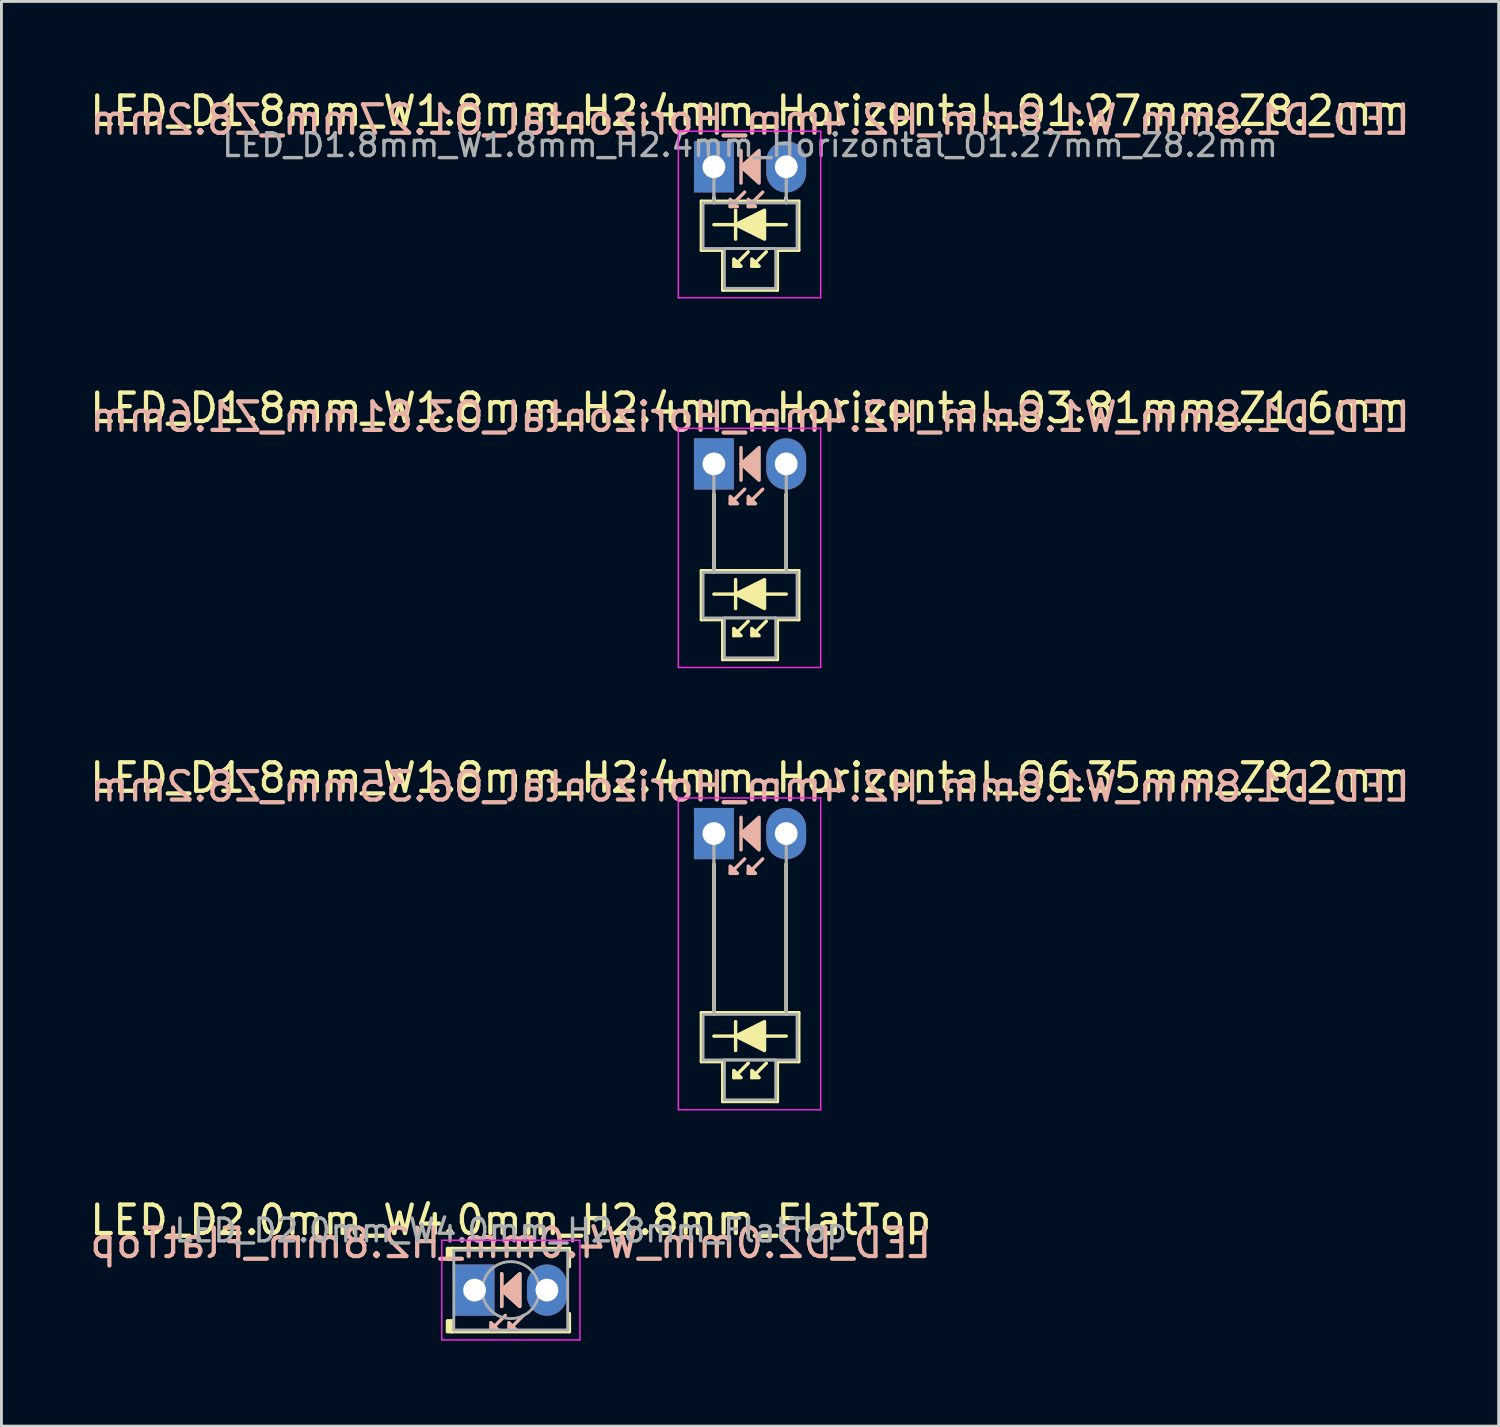
<source format=kicad_pcb>
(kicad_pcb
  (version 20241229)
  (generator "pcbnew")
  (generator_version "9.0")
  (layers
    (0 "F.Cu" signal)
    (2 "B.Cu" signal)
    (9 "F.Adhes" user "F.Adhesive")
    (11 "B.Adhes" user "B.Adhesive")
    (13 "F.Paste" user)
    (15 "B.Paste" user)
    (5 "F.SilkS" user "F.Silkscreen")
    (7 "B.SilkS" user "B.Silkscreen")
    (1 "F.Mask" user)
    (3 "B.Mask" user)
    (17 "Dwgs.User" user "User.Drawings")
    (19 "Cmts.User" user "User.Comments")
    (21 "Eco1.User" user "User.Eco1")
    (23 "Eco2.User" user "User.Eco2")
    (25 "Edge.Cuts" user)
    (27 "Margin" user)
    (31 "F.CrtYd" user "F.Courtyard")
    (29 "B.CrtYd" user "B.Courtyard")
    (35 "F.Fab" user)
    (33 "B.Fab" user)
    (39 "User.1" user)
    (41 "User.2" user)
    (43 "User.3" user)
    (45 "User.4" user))
  (footprint "LED_D2.0mm_W4.0mm_H2.8mm_FlatTop"
    (layer "F.Cu")
    (at 13.617 42.258)
    (property "Reference" "LED_D2.0mm_W4.0mm_H2.8mm_FlatTop" (at 1.27 -2.46 0) (layer "F.SilkS") (effects (font (size 1 1) (thickness 0.15))))
    (fp_line (start -0.79 -1.46) (end -0.79 -1.08) (stroke (width 0.12) (type solid)) (layer "F.SilkS"))
    (fp_line (start -0.79 -1.46) (end 3.33 -1.46) (stroke (width 0.12) (type solid)) (layer "F.SilkS"))
    (fp_line (start -0.79 1.08) (end -0.79 1.46) (stroke (width 0.12) (type solid)) (layer "F.SilkS"))
    (fp_line (start -0.79 1.46) (end 3.33 1.46) (stroke (width 0.12) (type solid)) (layer "F.SilkS"))
    (fp_line (start 0.953 -0.572) (end 0.953 0.572) (stroke (width 0.12) (type solid)) (layer "F.SilkS"))
    (fp_line (start 3.33 -1.46) (end 3.33 -0.825) (stroke (width 0.12) (type solid)) (layer "F.SilkS"))
    (fp_line (start 3.33 0.825) (end 3.33 1.46) (stroke (width 0.12) (type solid)) (layer "F.SilkS"))
    (fp_rect (start -0.953 -1.46) (end -0.79 -1.079) (stroke (width 0.12) (type solid)) (fill yes) (layer "F.SilkS"))
    (fp_rect (start -0.953 1.079) (end -0.79 1.46) (stroke (width 0.12) (type solid)) (fill yes) (layer "F.SilkS"))
    (fp_poly (pts (xy 1.587 0.572) (xy 0.953 0) (xy 1.587 -0.572)) (stroke (width 0.12) (type solid)) (fill yes) (layer "F.SilkS"))
    (fp_line (start 0.953 -0.572) (end 0.953 0.572) (stroke (width 0.12) (type solid)) (layer "B.SilkS"))
    (fp_line (start 1.079 0.889) (end 0.572 1.397) (stroke (width 0.12) (type solid)) (layer "B.SilkS"))
    (fp_line (start 1.714 0.889) (end 1.206 1.397) (stroke (width 0.12) (type solid)) (layer "B.SilkS"))
    (fp_poly (pts (xy 0.572 1.143) (xy 0.826 1.397) (xy 0.572 1.397)) (stroke (width 0.12) (type solid)) (fill yes) (layer "B.SilkS"))
    (fp_poly (pts (xy 1.206 1.143) (xy 1.46 1.397) (xy 1.206 1.397)) (stroke (width 0.12) (type solid)) (fill yes) (layer "B.SilkS"))
    (fp_poly (pts (xy 1.587 0.572) (xy 0.953 0) (xy 1.587 -0.572)) (stroke (width 0.12) (type solid)) (fill yes) (layer "B.SilkS"))
    (fp_line (start -1.15 -1.75) (end -1.15 1.75) (stroke (width 0.05) (type solid)) (layer "F.CrtYd"))
    (fp_line (start -1.15 1.75) (end 3.7 1.75) (stroke (width 0.05) (type solid)) (layer "F.CrtYd"))
    (fp_line (start 3.7 -1.75) (end -1.15 -1.75) (stroke (width 0.05) (type solid)) (layer "F.CrtYd"))
    (fp_line (start 3.7 1.75) (end 3.7 -1.75) (stroke (width 0.05) (type solid)) (layer "F.CrtYd"))
    (fp_line (start -0.73 -1.4) (end -0.73 1.4) (stroke (width 0.1) (type solid)) (layer "F.Fab"))
    (fp_line (start -0.73 1.4) (end 3.27 1.4) (stroke (width 0.1) (type solid)) (layer "F.Fab"))
    (fp_line (start 3.27 -1.4) (end -0.73 -1.4) (stroke (width 0.1) (type solid)) (layer "F.Fab"))
    (fp_line (start 3.27 1.4) (end 3.27 -1.4) (stroke (width 0.1) (type solid)) (layer "F.Fab"))
    (fp_circle (center 1.27 0) (end 2.27 0) (stroke (width 0.1) (type solid)) (fill no) (layer "F.Fab"))
    (fp_text user "${REFERENCE}" (at 1.27 -1.651 0) (layer "B.SilkS") (effects (font (size 1 1) (thickness 0.15)) (justify mirror)))
    (fp_text user "${REFERENCE}" (at 1.27 -2.095 0) (layer "F.Fab") (effects (font (size 0.8 0.8) (thickness 0.12))))
    (pad "1" thru_hole rect (at 0 0) (size 1.4 1.8) (drill 0.8) (layers "*.Cu" "*.Mask"))
    (pad "2" thru_hole oval (at 2.54 0) (size 1.4 1.8) (drill 0.8) (layers "*.Cu" "*.Mask")))
  (footprint "LED_D1.8mm_W1.8mm_H2.4mm_Horizontal_O3.81mm_Z1.6mm"
    (layer "F.Cu")
    (at 22.022 13.242)
    (property "Reference" "LED_D1.8mm_W1.8mm_H2.4mm_Horizontal_O3.81mm_Z1.6mm" (at 1.27 -1.96 0) (layer "F.SilkS") (effects (font (size 1 1) (thickness 0.15))))
    (fp_line (start -0.44 3.75) (end -0.44 5.47) (stroke (width 0.12) (type solid)) (layer "F.SilkS"))
    (fp_line (start 0 1.08) (end 0 1.08) (stroke (width 0.12) (type solid)) (layer "F.SilkS"))
    (fp_line (start 0 1.08) (end 0 3.75) (stroke (width 0.12) (type solid)) (layer "F.SilkS"))
    (fp_line (start 0 3.75) (end 0 1.08) (stroke (width 0.12) (type solid)) (layer "F.SilkS"))
    (fp_line (start 0 3.75) (end 0 3.75) (stroke (width 0.12) (type solid)) (layer "F.SilkS"))
    (fp_line (start 0.31 5.47) (end -0.44 5.47) (stroke (width 0.12) (type solid)) (layer "F.SilkS"))
    (fp_line (start 0.31 5.47) (end 0.31 6.87) (stroke (width 0.12) (type solid)) (layer "F.SilkS"))
    (fp_line (start 0.31 6.87) (end 2.23 6.87) (stroke (width 0.12) (type solid)) (layer "F.SilkS"))
    (fp_line (start 0.762 4.064) (end 0.762 5.08) (stroke (width 0.12) (type solid)) (layer "F.SilkS"))
    (fp_line (start 1.206 5.524) (end 0.699 6.032) (stroke (width 0.12) (type solid)) (layer "F.SilkS"))
    (fp_line (start 1.841 5.524) (end 1.333 6.032) (stroke (width 0.12) (type solid)) (layer "F.SilkS"))
    (fp_line (start 2.23 6.87) (end 2.23 5.47) (stroke (width 0.12) (type solid)) (layer "F.SilkS"))
    (fp_line (start 2.54 1.08) (end 2.54 1.08) (stroke (width 0.12) (type solid)) (layer "F.SilkS"))
    (fp_line (start 2.54 1.08) (end 2.54 3.75) (stroke (width 0.12) (type solid)) (layer "F.SilkS"))
    (fp_line (start 2.54 3.75) (end 2.54 1.08) (stroke (width 0.12) (type solid)) (layer "F.SilkS"))
    (fp_line (start 2.54 3.75) (end 2.54 3.75) (stroke (width 0.12) (type solid)) (layer "F.SilkS"))
    (fp_line (start 2.54 4.572) (end 0 4.572) (stroke (width 0.12) (type solid)) (layer "F.SilkS"))
    (fp_line (start 2.98 3.75) (end -0.44 3.75) (stroke (width 0.12) (type solid)) (layer "F.SilkS"))
    (fp_line (start 2.98 5.47) (end 2.23 5.47) (stroke (width 0.12) (type solid)) (layer "F.SilkS"))
    (fp_line (start 2.98 5.47) (end 2.98 3.75) (stroke (width 0.12) (type solid)) (layer "F.SilkS"))
    (fp_poly (pts (xy 0.699 5.779) (xy 0.953 6.032) (xy 0.699 6.032)) (stroke (width 0.12) (type solid)) (fill yes) (layer "F.SilkS"))
    (fp_poly (pts (xy 1.333 5.779) (xy 1.587 6.032) (xy 1.333 6.032)) (stroke (width 0.12) (type solid)) (fill yes) (layer "F.SilkS"))
    (fp_poly (pts (xy 1.778 5.08) (xy 0.762 4.572) (xy 1.778 4.064)) (stroke (width 0.12) (type solid)) (fill yes) (layer "F.SilkS"))
    (fp_line (start 0.953 -0.572) (end 0.953 0.572) (stroke (width 0.12) (type solid)) (layer "B.SilkS"))
    (fp_line (start 1.079 0.889) (end 0.572 1.397) (stroke (width 0.12) (type solid)) (layer "B.SilkS"))
    (fp_line (start 1.714 0.889) (end 1.206 1.397) (stroke (width 0.12) (type solid)) (layer "B.SilkS"))
    (fp_poly (pts (xy 0.572 1.143) (xy 0.826 1.397) (xy 0.572 1.397)) (stroke (width 0.12) (type solid)) (fill yes) (layer "B.SilkS"))
    (fp_poly (pts (xy 1.206 1.143) (xy 1.46 1.397) (xy 1.206 1.397)) (stroke (width 0.12) (type solid)) (fill yes) (layer "B.SilkS"))
    (fp_poly (pts (xy 1.587 0.572) (xy 0.953 0) (xy 1.587 -0.572)) (stroke (width 0.12) (type solid)) (fill yes) (layer "B.SilkS"))
    (fp_line (start -1.25 -1.25) (end -1.25 7.15) (stroke (width 0.05) (type solid)) (layer "F.CrtYd"))
    (fp_line (start -1.25 7.15) (end 3.75 7.15) (stroke (width 0.05) (type solid)) (layer "F.CrtYd"))
    (fp_line (start 3.75 -1.25) (end -1.25 -1.25) (stroke (width 0.05) (type solid)) (layer "F.CrtYd"))
    (fp_line (start 3.75 7.15) (end 3.75 -1.25) (stroke (width 0.05) (type solid)) (layer "F.CrtYd"))
    (fp_line (start -0.38 3.81) (end -0.38 5.41) (stroke (width 0.1) (type solid)) (layer "F.Fab"))
    (fp_line (start -0.38 5.41) (end 2.92 5.41) (stroke (width 0.1) (type solid)) (layer "F.Fab"))
    (fp_line (start 0 0) (end 0 0) (stroke (width 0.1) (type solid)) (layer "F.Fab"))
    (fp_line (start 0 0) (end 0 3.81) (stroke (width 0.1) (type solid)) (layer "F.Fab"))
    (fp_line (start 0 3.81) (end 0 0) (stroke (width 0.1) (type solid)) (layer "F.Fab"))
    (fp_line (start 0 3.81) (end 0 3.81) (stroke (width 0.1) (type solid)) (layer "F.Fab"))
    (fp_line (start 0.37 5.41) (end 0.37 6.81) (stroke (width 0.1) (type solid)) (layer "F.Fab"))
    (fp_line (start 0.37 6.81) (end 2.17 6.81) (stroke (width 0.1) (type solid)) (layer "F.Fab"))
    (fp_line (start 2.17 5.41) (end 0.37 5.41) (stroke (width 0.1) (type solid)) (layer "F.Fab"))
    (fp_line (start 2.17 6.81) (end 2.17 5.41) (stroke (width 0.1) (type solid)) (layer "F.Fab"))
    (fp_line (start 2.54 0) (end 2.54 0) (stroke (width 0.1) (type solid)) (layer "F.Fab"))
    (fp_line (start 2.54 0) (end 2.54 3.81) (stroke (width 0.1) (type solid)) (layer "F.Fab"))
    (fp_line (start 2.54 3.81) (end 2.54 0) (stroke (width 0.1) (type solid)) (layer "F.Fab"))
    (fp_line (start 2.54 3.81) (end 2.54 3.81) (stroke (width 0.1) (type solid)) (layer "F.Fab"))
    (fp_line (start 2.92 3.81) (end -0.38 3.81) (stroke (width 0.1) (type solid)) (layer "F.Fab"))
    (fp_line (start 2.92 5.41) (end 2.92 3.81) (stroke (width 0.1) (type solid)) (layer "F.Fab"))
    (fp_text user "${REFERENCE}" (at 1.27 -1.651 0) (layer "B.SilkS") (effects (font (size 1 1) (thickness 0.15)) (justify mirror)))
    (pad "1" thru_hole rect (at 0 0) (size 1.4 1.8) (drill 0.8) (layers "*.Cu" "*.Mask"))
    (pad "2" thru_hole oval (at 2.54 0) (size 1.4 1.8) (drill 0.8) (layers "*.Cu" "*.Mask")))
  (footprint "LED_D1.8mm_W1.8mm_H2.4mm_Horizontal_O1.27mm_Z8.2mm"
    (layer "F.Cu")
    (at 22.022 2.808)
    (property "Reference" "LED_D1.8mm_W1.8mm_H2.4mm_Horizontal_O1.27mm_Z8.2mm" (at 1.27 -1.96 0) (layer "F.SilkS") (effects (font (size 1 1) (thickness 0.15))))
    (fp_line (start -0.44 1.21) (end -0.44 2.93) (stroke (width 0.12) (type solid)) (layer "F.SilkS"))
    (fp_line (start 0 1.08) (end 0 1.08) (stroke (width 0.12) (type solid)) (layer "F.SilkS"))
    (fp_line (start 0 1.08) (end 0 1.21) (stroke (width 0.12) (type solid)) (layer "F.SilkS"))
    (fp_line (start 0 1.21) (end 0 1.08) (stroke (width 0.12) (type solid)) (layer "F.SilkS"))
    (fp_line (start 0 1.21) (end 0 1.21) (stroke (width 0.12) (type solid)) (layer "F.SilkS"))
    (fp_line (start 0.31 2.93) (end -0.44 2.93) (stroke (width 0.12) (type solid)) (layer "F.SilkS"))
    (fp_line (start 0.31 2.93) (end 0.31 4.33) (stroke (width 0.12) (type solid)) (layer "F.SilkS"))
    (fp_line (start 0.31 4.33) (end 2.23 4.33) (stroke (width 0.12) (type solid)) (layer "F.SilkS"))
    (fp_line (start 0.762 1.524) (end 0.762 2.54) (stroke (width 0.12) (type solid)) (layer "F.SilkS"))
    (fp_line (start 1.206 2.985) (end 0.699 3.493) (stroke (width 0.12) (type solid)) (layer "F.SilkS"))
    (fp_line (start 1.841 2.985) (end 1.333 3.493) (stroke (width 0.12) (type solid)) (layer "F.SilkS"))
    (fp_line (start 2.23 4.33) (end 2.23 2.93) (stroke (width 0.12) (type solid)) (layer "F.SilkS"))
    (fp_line (start 2.54 1.08) (end 2.54 1.08) (stroke (width 0.12) (type solid)) (layer "F.SilkS"))
    (fp_line (start 2.54 1.08) (end 2.54 1.21) (stroke (width 0.12) (type solid)) (layer "F.SilkS"))
    (fp_line (start 2.54 1.21) (end 2.54 1.08) (stroke (width 0.12) (type solid)) (layer "F.SilkS"))
    (fp_line (start 2.54 1.21) (end 2.54 1.21) (stroke (width 0.12) (type solid)) (layer "F.SilkS"))
    (fp_line (start 2.54 2.032) (end 0 2.032) (stroke (width 0.12) (type solid)) (layer "F.SilkS"))
    (fp_line (start 2.98 1.21) (end -0.44 1.21) (stroke (width 0.12) (type solid)) (layer "F.SilkS"))
    (fp_line (start 2.98 2.93) (end 2.23 2.93) (stroke (width 0.12) (type solid)) (layer "F.SilkS"))
    (fp_line (start 2.98 2.93) (end 2.98 1.21) (stroke (width 0.12) (type solid)) (layer "F.SilkS"))
    (fp_poly (pts (xy 0.699 3.239) (xy 0.953 3.493) (xy 0.699 3.493)) (stroke (width 0.12) (type solid)) (fill yes) (layer "F.SilkS"))
    (fp_poly (pts (xy 1.333 3.239) (xy 1.587 3.493) (xy 1.333 3.493)) (stroke (width 0.12) (type solid)) (fill yes) (layer "F.SilkS"))
    (fp_poly (pts (xy 1.778 2.54) (xy 0.762 2.032) (xy 1.778 1.524)) (stroke (width 0.12) (type solid)) (fill yes) (layer "F.SilkS"))
    (fp_line (start 0.953 -0.572) (end 0.953 0.572) (stroke (width 0.12) (type solid)) (layer "B.SilkS"))
    (fp_line (start 1.079 0.889) (end 0.572 1.397) (stroke (width 0.12) (type solid)) (layer "B.SilkS"))
    (fp_line (start 1.714 0.889) (end 1.206 1.397) (stroke (width 0.12) (type solid)) (layer "B.SilkS"))
    (fp_poly (pts (xy 0.572 1.143) (xy 0.826 1.397) (xy 0.572 1.397)) (stroke (width 0.12) (type solid)) (fill yes) (layer "B.SilkS"))
    (fp_poly (pts (xy 1.206 1.143) (xy 1.46 1.397) (xy 1.206 1.397)) (stroke (width 0.12) (type solid)) (fill yes) (layer "B.SilkS"))
    (fp_poly (pts (xy 1.587 0.572) (xy 0.953 0) (xy 1.587 -0.572)) (stroke (width 0.12) (type solid)) (fill yes) (layer "B.SilkS"))
    (fp_line (start -1.25 -1.25) (end -1.25 4.6) (stroke (width 0.05) (type solid)) (layer "F.CrtYd"))
    (fp_line (start -1.25 4.6) (end 3.75 4.6) (stroke (width 0.05) (type solid)) (layer "F.CrtYd"))
    (fp_line (start 3.75 -1.25) (end -1.25 -1.25) (stroke (width 0.05) (type solid)) (layer "F.CrtYd"))
    (fp_line (start 3.75 4.6) (end 3.75 -1.25) (stroke (width 0.05) (type solid)) (layer "F.CrtYd"))
    (fp_line (start -0.38 1.27) (end -0.38 2.87) (stroke (width 0.1) (type solid)) (layer "F.Fab"))
    (fp_line (start -0.38 2.87) (end 2.92 2.87) (stroke (width 0.1) (type solid)) (layer "F.Fab"))
    (fp_line (start 0 0) (end 0 0) (stroke (width 0.1) (type solid)) (layer "F.Fab"))
    (fp_line (start 0 0) (end 0 1.27) (stroke (width 0.1) (type solid)) (layer "F.Fab"))
    (fp_line (start 0 1.27) (end 0 0) (stroke (width 0.1) (type solid)) (layer "F.Fab"))
    (fp_line (start 0 1.27) (end 0 1.27) (stroke (width 0.1) (type solid)) (layer "F.Fab"))
    (fp_line (start 0.37 2.87) (end 0.37 4.27) (stroke (width 0.1) (type solid)) (layer "F.Fab"))
    (fp_line (start 0.37 4.27) (end 2.17 4.27) (stroke (width 0.1) (type solid)) (layer "F.Fab"))
    (fp_line (start 2.17 2.87) (end 0.37 2.87) (stroke (width 0.1) (type solid)) (layer "F.Fab"))
    (fp_line (start 2.17 4.27) (end 2.17 2.87) (stroke (width 0.1) (type solid)) (layer "F.Fab"))
    (fp_line (start 2.54 0) (end 2.54 0) (stroke (width 0.1) (type solid)) (layer "F.Fab"))
    (fp_line (start 2.54 0) (end 2.54 1.27) (stroke (width 0.1) (type solid)) (layer "F.Fab"))
    (fp_line (start 2.54 1.27) (end 2.54 0) (stroke (width 0.1) (type solid)) (layer "F.Fab"))
    (fp_line (start 2.54 1.27) (end 2.54 1.27) (stroke (width 0.1) (type solid)) (layer "F.Fab"))
    (fp_line (start 2.92 1.27) (end -0.38 1.27) (stroke (width 0.1) (type solid)) (layer "F.Fab"))
    (fp_line (start 2.92 2.87) (end 2.92 1.27) (stroke (width 0.1) (type solid)) (layer "F.Fab"))
    (fp_text user "${REFERENCE}" (at 1.27 -1.651 0) (layer "B.SilkS") (effects (font (size 1 1) (thickness 0.15)) (justify mirror)))
    (fp_text user "${REFERENCE}" (at 1.27 -0.762 0) (layer "F.Fab") (effects (font (size 0.8 0.8) (thickness 0.12))))
    (pad "1" thru_hole rect (at 0 0) (size 1.4 1.8) (drill 0.8) (layers "*.Cu" "*.Mask"))
    (pad "2" thru_hole oval (at 2.54 0) (size 1.4 1.8) (drill 0.8) (layers "*.Cu" "*.Mask")))
  (footprint "LED_D1.8mm_W1.8mm_H2.4mm_Horizontal_O6.35mm_Z8.2mm"
    (layer "F.Cu")
    (at 22.022 26.225)
    (property "Reference" "LED_D1.8mm_W1.8mm_H2.4mm_Horizontal_O6.35mm_Z8.2mm" (at 1.27 -1.96 0) (layer "F.SilkS") (effects (font (size 1 1) (thickness 0.15))))
    (fp_line (start -0.44 6.29) (end -0.44 8.01) (stroke (width 0.12) (type solid)) (layer "F.SilkS"))
    (fp_line (start 0 1.08) (end 0 1.08) (stroke (width 0.12) (type solid)) (layer "F.SilkS"))
    (fp_line (start 0 1.08) (end 0 6.29) (stroke (width 0.12) (type solid)) (layer "F.SilkS"))
    (fp_line (start 0 6.29) (end 0 1.08) (stroke (width 0.12) (type solid)) (layer "F.SilkS"))
    (fp_line (start 0 6.29) (end 0 6.29) (stroke (width 0.12) (type solid)) (layer "F.SilkS"))
    (fp_line (start 0.31 8.01) (end -0.44 8.01) (stroke (width 0.12) (type solid)) (layer "F.SilkS"))
    (fp_line (start 0.31 8.01) (end 0.31 9.41) (stroke (width 0.12) (type solid)) (layer "F.SilkS"))
    (fp_line (start 0.31 9.41) (end 2.23 9.41) (stroke (width 0.12) (type solid)) (layer "F.SilkS"))
    (fp_line (start 0.762 6.604) (end 0.762 7.62) (stroke (width 0.12) (type solid)) (layer "F.SilkS"))
    (fp_line (start 1.206 8.065) (end 0.699 8.572) (stroke (width 0.12) (type solid)) (layer "F.SilkS"))
    (fp_line (start 1.841 8.065) (end 1.333 8.572) (stroke (width 0.12) (type solid)) (layer "F.SilkS"))
    (fp_line (start 2.23 9.41) (end 2.23 8.01) (stroke (width 0.12) (type solid)) (layer "F.SilkS"))
    (fp_line (start 2.54 1.08) (end 2.54 1.08) (stroke (width 0.12) (type solid)) (layer "F.SilkS"))
    (fp_line (start 2.54 1.08) (end 2.54 6.29) (stroke (width 0.12) (type solid)) (layer "F.SilkS"))
    (fp_line (start 2.54 6.29) (end 2.54 1.08) (stroke (width 0.12) (type solid)) (layer "F.SilkS"))
    (fp_line (start 2.54 6.29) (end 2.54 6.29) (stroke (width 0.12) (type solid)) (layer "F.SilkS"))
    (fp_line (start 2.54 7.112) (end 0 7.112) (stroke (width 0.12) (type solid)) (layer "F.SilkS"))
    (fp_line (start 2.98 6.29) (end -0.44 6.29) (stroke (width 0.12) (type solid)) (layer "F.SilkS"))
    (fp_line (start 2.98 8.01) (end 2.23 8.01) (stroke (width 0.12) (type solid)) (layer "F.SilkS"))
    (fp_line (start 2.98 8.01) (end 2.98 6.29) (stroke (width 0.12) (type solid)) (layer "F.SilkS"))
    (fp_poly (pts (xy 0.699 8.319) (xy 0.953 8.572) (xy 0.699 8.572)) (stroke (width 0.12) (type solid)) (fill yes) (layer "F.SilkS"))
    (fp_poly (pts (xy 1.333 8.319) (xy 1.587 8.572) (xy 1.333 8.572)) (stroke (width 0.12) (type solid)) (fill yes) (layer "F.SilkS"))
    (fp_poly (pts (xy 1.778 7.62) (xy 0.762 7.112) (xy 1.778 6.604)) (stroke (width 0.12) (type solid)) (fill yes) (layer "F.SilkS"))
    (fp_line (start 0.953 -0.572) (end 0.953 0.572) (stroke (width 0.12) (type solid)) (layer "B.SilkS"))
    (fp_line (start 1.079 0.889) (end 0.572 1.397) (stroke (width 0.12) (type solid)) (layer "B.SilkS"))
    (fp_line (start 1.714 0.889) (end 1.206 1.397) (stroke (width 0.12) (type solid)) (layer "B.SilkS"))
    (fp_poly (pts (xy 0.572 1.143) (xy 0.826 1.397) (xy 0.572 1.397)) (stroke (width 0.12) (type solid)) (fill yes) (layer "B.SilkS"))
    (fp_poly (pts (xy 1.206 1.143) (xy 1.46 1.397) (xy 1.206 1.397)) (stroke (width 0.12) (type solid)) (fill yes) (layer "B.SilkS"))
    (fp_poly (pts (xy 1.587 0.572) (xy 0.953 0) (xy 1.587 -0.572)) (stroke (width 0.12) (type solid)) (fill yes) (layer "B.SilkS"))
    (fp_line (start -1.25 -1.25) (end -1.25 9.7) (stroke (width 0.05) (type solid)) (layer "F.CrtYd"))
    (fp_line (start -1.25 9.7) (end 3.75 9.7) (stroke (width 0.05) (type solid)) (layer "F.CrtYd"))
    (fp_line (start 3.75 -1.25) (end -1.25 -1.25) (stroke (width 0.05) (type solid)) (layer "F.CrtYd"))
    (fp_line (start 3.75 9.7) (end 3.75 -1.25) (stroke (width 0.05) (type solid)) (layer "F.CrtYd"))
    (fp_line (start -0.38 6.35) (end -0.38 7.95) (stroke (width 0.1) (type solid)) (layer "F.Fab"))
    (fp_line (start -0.38 7.95) (end 2.92 7.95) (stroke (width 0.1) (type solid)) (layer "F.Fab"))
    (fp_line (start 0 0) (end 0 0) (stroke (width 0.1) (type solid)) (layer "F.Fab"))
    (fp_line (start 0 0) (end 0 6.35) (stroke (width 0.1) (type solid)) (layer "F.Fab"))
    (fp_line (start 0 6.35) (end 0 0) (stroke (width 0.1) (type solid)) (layer "F.Fab"))
    (fp_line (start 0 6.35) (end 0 6.35) (stroke (width 0.1) (type solid)) (layer "F.Fab"))
    (fp_line (start 0.37 7.95) (end 0.37 9.35) (stroke (width 0.1) (type solid)) (layer "F.Fab"))
    (fp_line (start 0.37 9.35) (end 2.17 9.35) (stroke (width 0.1) (type solid)) (layer "F.Fab"))
    (fp_line (start 2.17 7.95) (end 0.37 7.95) (stroke (width 0.1) (type solid)) (layer "F.Fab"))
    (fp_line (start 2.17 9.35) (end 2.17 7.95) (stroke (width 0.1) (type solid)) (layer "F.Fab"))
    (fp_line (start 2.54 0) (end 2.54 0) (stroke (width 0.1) (type solid)) (layer "F.Fab"))
    (fp_line (start 2.54 0) (end 2.54 6.35) (stroke (width 0.1) (type solid)) (layer "F.Fab"))
    (fp_line (start 2.54 6.35) (end 2.54 0) (stroke (width 0.1) (type solid)) (layer "F.Fab"))
    (fp_line (start 2.54 6.35) (end 2.54 6.35) (stroke (width 0.1) (type solid)) (layer "F.Fab"))
    (fp_line (start 2.92 6.35) (end -0.38 6.35) (stroke (width 0.1) (type solid)) (layer "F.Fab"))
    (fp_line (start 2.92 7.95) (end 2.92 6.35) (stroke (width 0.1) (type solid)) (layer "F.Fab"))
    (fp_text user "${REFERENCE}" (at 1.27 -1.651 0) (layer "B.SilkS") (effects (font (size 1 1) (thickness 0.15)) (justify mirror)))
    (pad "1" thru_hole rect (at 0 0) (size 1.4 1.8) (drill 0.8) (layers "*.Cu" "*.Mask"))
    (pad "2" thru_hole oval (at 2.54 0) (size 1.4 1.8) (drill 0.8) (layers "*.Cu" "*.Mask")))
  (gr_rect
    (start -3 -3)
    (end 49.583 47.033)
    (stroke (width 0.1) (type default))
    (fill no)
    (layer "Edge.Cuts")))
</source>
